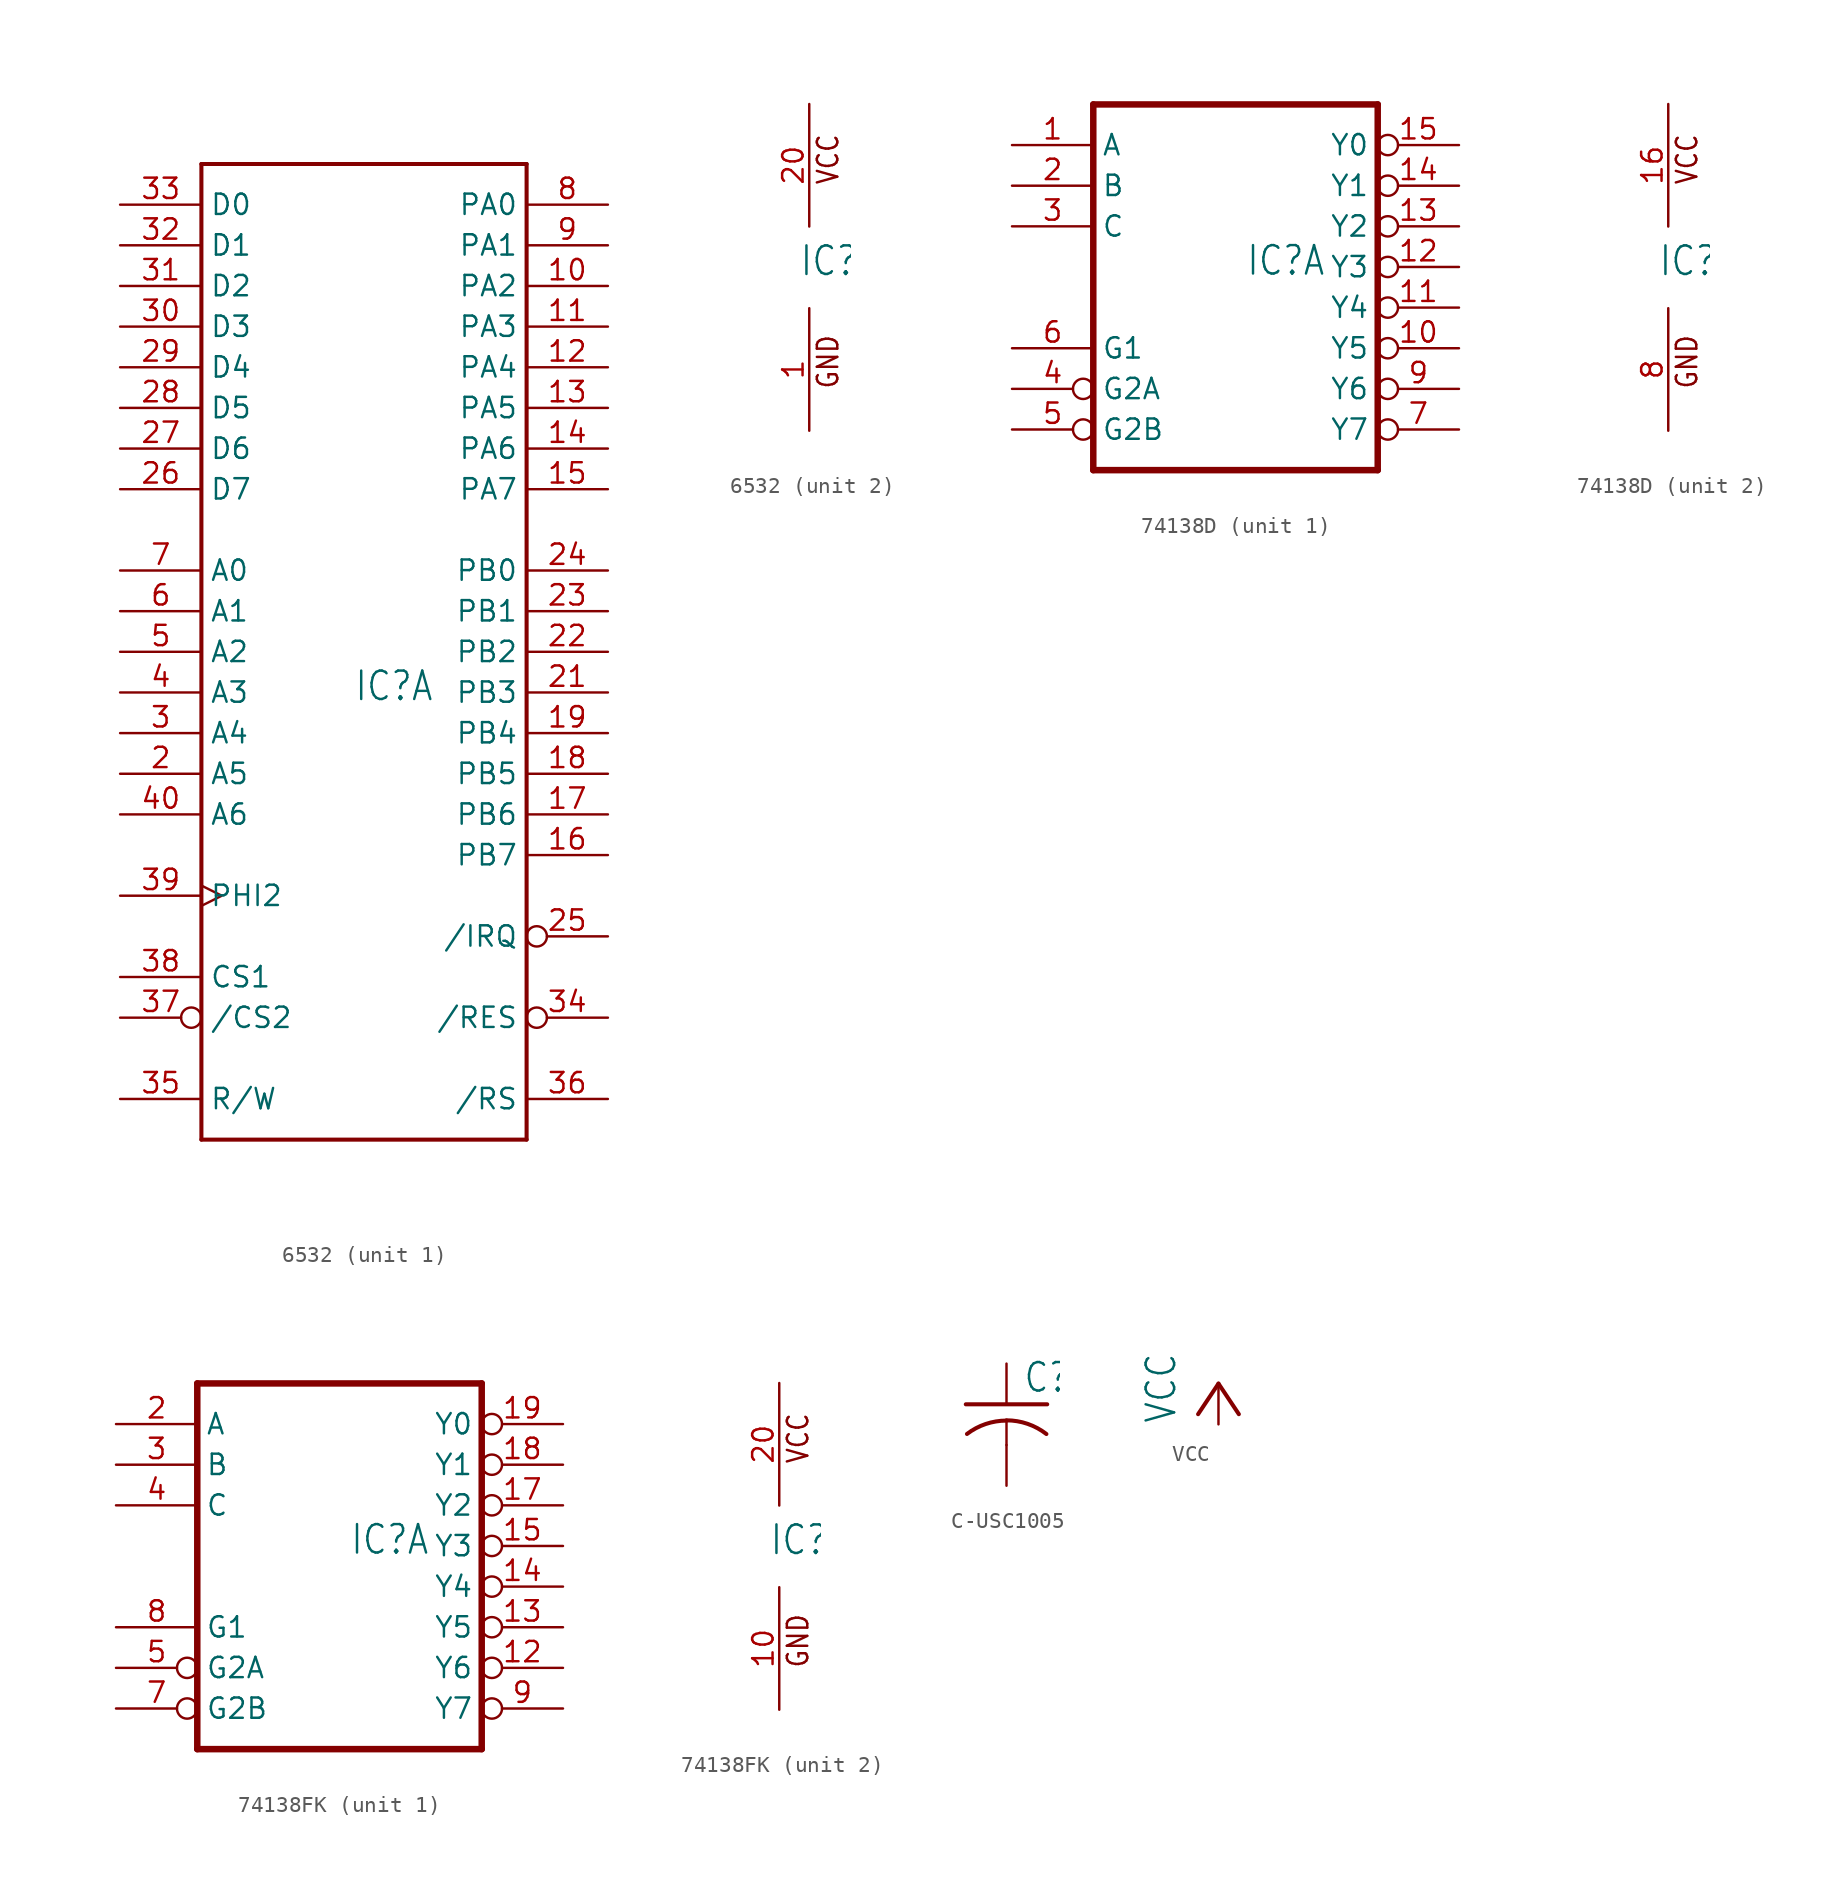
<source format=kicad_sym>
(kicad_symbol_lib
  (version 20220914)
  (generator kicad_symbol_editor)
  (symbol "6532"
    (property "Reference" "IC"
      (at -0.635 -0.635 0)
      (effects (font (size 1.778 1.511)) (justify left bottom)))
    (property "ki_locked" ""
      (at 0 0 0)
      (effects (font (size 1.27 1.27))))
    (symbol "6532_1_0"
      (polyline (pts (xy -10.16 -27.94) (xy -10.16 33.02)) (stroke (width 0.254) (type solid)) (fill (type none)))
      (polyline (pts (xy -10.16 33.02) (xy 10.16 33.02)) (stroke (width 0.254) (type solid)) (fill (type none)))
      (polyline (pts (xy 10.16 -27.94) (xy -10.16 -27.94)) (stroke (width 0.254) (type solid)) (fill (type none)))
      (polyline (pts (xy 10.16 33.02) (xy 10.16 -27.94)) (stroke (width 0.254) (type solid)) (fill (type none)))
      (pin bidirectional line (at 15.24 25.4 180) (length 5.08) (name "PA2" (effects (font (size 1.27 1.27)))) (number "10" (effects (font (size 1.27 1.27)))))
      (pin bidirectional line (at 15.24 22.86 180) (length 5.08) (name "PA3" (effects (font (size 1.27 1.27)))) (number "11" (effects (font (size 1.27 1.27)))))
      (pin bidirectional line (at 15.24 20.32 180) (length 5.08) (name "PA4" (effects (font (size 1.27 1.27)))) (number "12" (effects (font (size 1.27 1.27)))))
      (pin bidirectional line (at 15.24 17.78 180) (length 5.08) (name "PA5" (effects (font (size 1.27 1.27)))) (number "13" (effects (font (size 1.27 1.27)))))
      (pin bidirectional line (at 15.24 15.24 180) (length 5.08) (name "PA6" (effects (font (size 1.27 1.27)))) (number "14" (effects (font (size 1.27 1.27)))))
      (pin bidirectional line (at 15.24 12.7 180) (length 5.08) (name "PA7" (effects (font (size 1.27 1.27)))) (number "15" (effects (font (size 1.27 1.27)))))
      (pin bidirectional line (at 15.24 -10.16 180) (length 5.08) (name "PB7" (effects (font (size 1.27 1.27)))) (number "16" (effects (font (size 1.27 1.27)))))
      (pin bidirectional line (at 15.24 -7.62 180) (length 5.08) (name "PB6" (effects (font (size 1.27 1.27)))) (number "17" (effects (font (size 1.27 1.27)))))
      (pin bidirectional line (at 15.24 -5.08 180) (length 5.08) (name "PB5" (effects (font (size 1.27 1.27)))) (number "18" (effects (font (size 1.27 1.27)))))
      (pin bidirectional line (at 15.24 -2.54 180) (length 5.08) (name "PB4" (effects (font (size 1.27 1.27)))) (number "19" (effects (font (size 1.27 1.27)))))
      (pin input line (at -15.24 -5.08 0) (length 5.08) (name "A5" (effects (font (size 1.27 1.27)))) (number "2" (effects (font (size 1.27 1.27)))))
      (pin bidirectional line (at 15.24 0 180) (length 5.08) (name "PB3" (effects (font (size 1.27 1.27)))) (number "21" (effects (font (size 1.27 1.27)))))
      (pin bidirectional line (at 15.24 2.54 180) (length 5.08) (name "PB2" (effects (font (size 1.27 1.27)))) (number "22" (effects (font (size 1.27 1.27)))))
      (pin bidirectional line (at 15.24 5.08 180) (length 5.08) (name "PB1" (effects (font (size 1.27 1.27)))) (number "23" (effects (font (size 1.27 1.27)))))
      (pin bidirectional line (at 15.24 7.62 180) (length 5.08) (name "PB0" (effects (font (size 1.27 1.27)))) (number "24" (effects (font (size 1.27 1.27)))))
      (pin open_collector inverted (at 15.24 -15.24 180) (length 5.08) (name "/IRQ" (effects (font (size 1.27 1.27)))) (number "25" (effects (font (size 1.27 1.27)))))
      (pin bidirectional line (at -15.24 12.7 0) (length 5.08) (name "D7" (effects (font (size 1.27 1.27)))) (number "26" (effects (font (size 1.27 1.27)))))
      (pin bidirectional line (at -15.24 15.24 0) (length 5.08) (name "D6" (effects (font (size 1.27 1.27)))) (number "27" (effects (font (size 1.27 1.27)))))
      (pin bidirectional line (at -15.24 17.78 0) (length 5.08) (name "D5" (effects (font (size 1.27 1.27)))) (number "28" (effects (font (size 1.27 1.27)))))
      (pin bidirectional line (at -15.24 20.32 0) (length 5.08) (name "D4" (effects (font (size 1.27 1.27)))) (number "29" (effects (font (size 1.27 1.27)))))
      (pin input line (at -15.24 -2.54 0) (length 5.08) (name "A4" (effects (font (size 1.27 1.27)))) (number "3" (effects (font (size 1.27 1.27)))))
      (pin bidirectional line (at -15.24 22.86 0) (length 5.08) (name "D3" (effects (font (size 1.27 1.27)))) (number "30" (effects (font (size 1.27 1.27)))))
      (pin bidirectional line (at -15.24 25.4 0) (length 5.08) (name "D2" (effects (font (size 1.27 1.27)))) (number "31" (effects (font (size 1.27 1.27)))))
      (pin bidirectional line (at -15.24 27.94 0) (length 5.08) (name "D1" (effects (font (size 1.27 1.27)))) (number "32" (effects (font (size 1.27 1.27)))))
      (pin bidirectional line (at -15.24 30.48 0) (length 5.08) (name "D0" (effects (font (size 1.27 1.27)))) (number "33" (effects (font (size 1.27 1.27)))))
      (pin input inverted (at 15.24 -20.32 180) (length 5.08) (name "/RES" (effects (font (size 1.27 1.27)))) (number "34" (effects (font (size 1.27 1.27)))))
      (pin input line (at -15.24 -25.4 0) (length 5.08) (name "R/W" (effects (font (size 1.27 1.27)))) (number "35" (effects (font (size 1.27 1.27)))))
      (pin input line (at 15.24 -25.4 180) (length 5.08) (name "/RS" (effects (font (size 1.27 1.27)))) (number "36" (effects (font (size 1.27 1.27)))))
      (pin input inverted (at -15.24 -20.32 0) (length 5.08) (name "/CS2" (effects (font (size 1.27 1.27)))) (number "37" (effects (font (size 1.27 1.27)))))
      (pin input line (at -15.24 -17.78 0) (length 5.08) (name "CS1" (effects (font (size 1.27 1.27)))) (number "38" (effects (font (size 1.27 1.27)))))
      (pin input clock (at -15.24 -12.7 0) (length 5.08) (name "PHI2" (effects (font (size 1.27 1.27)))) (number "39" (effects (font (size 1.27 1.27)))))
      (pin input line (at -15.24 0 0) (length 5.08) (name "A3" (effects (font (size 1.27 1.27)))) (number "4" (effects (font (size 1.27 1.27)))))
      (pin input line (at -15.24 -7.62 0) (length 5.08) (name "A6" (effects (font (size 1.27 1.27)))) (number "40" (effects (font (size 1.27 1.27)))))
      (pin input line (at -15.24 2.54 0) (length 5.08) (name "A2" (effects (font (size 1.27 1.27)))) (number "5" (effects (font (size 1.27 1.27)))))
      (pin input line (at -15.24 5.08 0) (length 5.08) (name "A1" (effects (font (size 1.27 1.27)))) (number "6" (effects (font (size 1.27 1.27)))))
      (pin input line (at -15.24 7.62 0) (length 5.08) (name "A0" (effects (font (size 1.27 1.27)))) (number "7" (effects (font (size 1.27 1.27)))))
      (pin bidirectional line (at 15.24 30.48 180) (length 5.08) (name "PA0" (effects (font (size 1.27 1.27)))) (number "8" (effects (font (size 1.27 1.27)))))
      (pin bidirectional line (at 15.24 27.94 180) (length 5.08) (name "PA1" (effects (font (size 1.27 1.27)))) (number "9" (effects (font (size 1.27 1.27))))))
    (symbol "6532_2_0"
      (text "GND" (at 1.905 -7.62 900) (effects (font (size 1.27 1.079)) (justify left bottom)))
      (text "VCC" (at 1.905 5.08 900) (effects (font (size 1.27 1.079)) (justify left bottom)))
      (pin power_in line (at 0 -10.16 90) (length 7.62) (name "GND" (effects (font (size 0 0)))) (number "1" (effects (font (size 1.27 1.27)))))
      (pin power_in line (at 0 10.16 270) (length 7.62) (name "VCC" (effects (font (size 0 0)))) (number "20" (effects (font (size 1.27 1.27)))))))
  (symbol "74138D"
    (property "Reference" "IC"
      (at -0.635 -0.635 0)
      (effects (font (size 1.778 1.511)) (justify left bottom)))
    (property "ki_locked" ""
      (at 0 0 0)
      (effects (font (size 1.27 1.27))))
    (symbol "74138D_1_0"
      (polyline (pts (xy -10.16 -12.7) (xy 7.62 -12.7)) (stroke (width 0.406) (type solid)) (fill (type none)))
      (polyline (pts (xy -10.16 10.16) (xy -10.16 -12.7)) (stroke (width 0.406) (type solid)) (fill (type none)))
      (polyline (pts (xy 7.62 -12.7) (xy 7.62 10.16)) (stroke (width 0.406) (type solid)) (fill (type none)))
      (polyline (pts (xy 7.62 10.16) (xy -10.16 10.16)) (stroke (width 0.406) (type solid)) (fill (type none)))
      (pin input line (at -15.24 7.62 0) (length 5.08) (name "A" (effects (font (size 1.27 1.27)))) (number "1" (effects (font (size 1.27 1.27)))))
      (pin output inverted (at 12.7 -5.08 180) (length 5.08) (name "Y5" (effects (font (size 1.27 1.27)))) (number "10" (effects (font (size 1.27 1.27)))))
      (pin output inverted (at 12.7 -2.54 180) (length 5.08) (name "Y4" (effects (font (size 1.27 1.27)))) (number "11" (effects (font (size 1.27 1.27)))))
      (pin output inverted (at 12.7 0 180) (length 5.08) (name "Y3" (effects (font (size 1.27 1.27)))) (number "12" (effects (font (size 1.27 1.27)))))
      (pin output inverted (at 12.7 2.54 180) (length 5.08) (name "Y2" (effects (font (size 1.27 1.27)))) (number "13" (effects (font (size 1.27 1.27)))))
      (pin output inverted (at 12.7 5.08 180) (length 5.08) (name "Y1" (effects (font (size 1.27 1.27)))) (number "14" (effects (font (size 1.27 1.27)))))
      (pin output inverted (at 12.7 7.62 180) (length 5.08) (name "Y0" (effects (font (size 1.27 1.27)))) (number "15" (effects (font (size 1.27 1.27)))))
      (pin input line (at -15.24 5.08 0) (length 5.08) (name "B" (effects (font (size 1.27 1.27)))) (number "2" (effects (font (size 1.27 1.27)))))
      (pin input line (at -15.24 2.54 0) (length 5.08) (name "C" (effects (font (size 1.27 1.27)))) (number "3" (effects (font (size 1.27 1.27)))))
      (pin input inverted (at -15.24 -7.62 0) (length 5.08) (name "G2A" (effects (font (size 1.27 1.27)))) (number "4" (effects (font (size 1.27 1.27)))))
      (pin input inverted (at -15.24 -10.16 0) (length 5.08) (name "G2B" (effects (font (size 1.27 1.27)))) (number "5" (effects (font (size 1.27 1.27)))))
      (pin input line (at -15.24 -5.08 0) (length 5.08) (name "G1" (effects (font (size 1.27 1.27)))) (number "6" (effects (font (size 1.27 1.27)))))
      (pin output inverted (at 12.7 -10.16 180) (length 5.08) (name "Y7" (effects (font (size 1.27 1.27)))) (number "7" (effects (font (size 1.27 1.27)))))
      (pin output inverted (at 12.7 -7.62 180) (length 5.08) (name "Y6" (effects (font (size 1.27 1.27)))) (number "9" (effects (font (size 1.27 1.27))))))
    (symbol "74138D_2_0"
      (text "GND" (at 1.905 -7.62 900) (effects (font (size 1.27 1.079)) (justify left bottom)))
      (text "VCC" (at 1.905 5.08 900) (effects (font (size 1.27 1.079)) (justify left bottom)))
      (pin power_in line (at 0 10.16 270) (length 7.62) (name "VCC" (effects (font (size 0 0)))) (number "16" (effects (font (size 1.27 1.27)))))
      (pin power_in line (at 0 -10.16 90) (length 7.62) (name "GND" (effects (font (size 0 0)))) (number "8" (effects (font (size 1.27 1.27)))))))
  (symbol "74138FK"
    (property "Reference" "IC"
      (at -0.635 -0.635 0)
      (effects (font (size 1.778 1.511)) (justify left bottom)))
    (property "ki_locked" ""
      (at 0 0 0)
      (effects (font (size 1.27 1.27))))
    (symbol "74138FK_1_0"
      (polyline (pts (xy -10.16 -12.7) (xy 7.62 -12.7)) (stroke (width 0.406) (type solid)) (fill (type none)))
      (polyline (pts (xy -10.16 10.16) (xy -10.16 -12.7)) (stroke (width 0.406) (type solid)) (fill (type none)))
      (polyline (pts (xy 7.62 -12.7) (xy 7.62 10.16)) (stroke (width 0.406) (type solid)) (fill (type none)))
      (polyline (pts (xy 7.62 10.16) (xy -10.16 10.16)) (stroke (width 0.406) (type solid)) (fill (type none)))
      (pin output inverted (at 12.7 -7.62 180) (length 5.08) (name "Y6" (effects (font (size 1.27 1.27)))) (number "12" (effects (font (size 1.27 1.27)))))
      (pin output inverted (at 12.7 -5.08 180) (length 5.08) (name "Y5" (effects (font (size 1.27 1.27)))) (number "13" (effects (font (size 1.27 1.27)))))
      (pin output inverted (at 12.7 -2.54 180) (length 5.08) (name "Y4" (effects (font (size 1.27 1.27)))) (number "14" (effects (font (size 1.27 1.27)))))
      (pin output inverted (at 12.7 0 180) (length 5.08) (name "Y3" (effects (font (size 1.27 1.27)))) (number "15" (effects (font (size 1.27 1.27)))))
      (pin output inverted (at 12.7 2.54 180) (length 5.08) (name "Y2" (effects (font (size 1.27 1.27)))) (number "17" (effects (font (size 1.27 1.27)))))
      (pin output inverted (at 12.7 5.08 180) (length 5.08) (name "Y1" (effects (font (size 1.27 1.27)))) (number "18" (effects (font (size 1.27 1.27)))))
      (pin output inverted (at 12.7 7.62 180) (length 5.08) (name "Y0" (effects (font (size 1.27 1.27)))) (number "19" (effects (font (size 1.27 1.27)))))
      (pin input line (at -15.24 7.62 0) (length 5.08) (name "A" (effects (font (size 1.27 1.27)))) (number "2" (effects (font (size 1.27 1.27)))))
      (pin input line (at -15.24 5.08 0) (length 5.08) (name "B" (effects (font (size 1.27 1.27)))) (number "3" (effects (font (size 1.27 1.27)))))
      (pin input line (at -15.24 2.54 0) (length 5.08) (name "C" (effects (font (size 1.27 1.27)))) (number "4" (effects (font (size 1.27 1.27)))))
      (pin input inverted (at -15.24 -7.62 0) (length 5.08) (name "G2A" (effects (font (size 1.27 1.27)))) (number "5" (effects (font (size 1.27 1.27)))))
      (pin input inverted (at -15.24 -10.16 0) (length 5.08) (name "G2B" (effects (font (size 1.27 1.27)))) (number "7" (effects (font (size 1.27 1.27)))))
      (pin input line (at -15.24 -5.08 0) (length 5.08) (name "G1" (effects (font (size 1.27 1.27)))) (number "8" (effects (font (size 1.27 1.27)))))
      (pin output inverted (at 12.7 -10.16 180) (length 5.08) (name "Y7" (effects (font (size 1.27 1.27)))) (number "9" (effects (font (size 1.27 1.27))))))
    (symbol "74138FK_2_0"
      (text "GND" (at 1.905 -7.62 900) (effects (font (size 1.27 1.079)) (justify left bottom)))
      (text "VCC" (at 1.905 5.08 900) (effects (font (size 1.27 1.079)) (justify left bottom)))
      (pin power_in line (at 0 -10.16 90) (length 7.62) (name "GND" (effects (font (size 0 0)))) (number "10" (effects (font (size 1.27 1.27)))))
      (pin power_in line (at 0 10.16 270) (length 7.62) (name "VCC" (effects (font (size 0 0)))) (number "20" (effects (font (size 1.27 1.27)))))))
  (symbol "C-USC1005"
    (property "Reference" "C"
      (at 1.016 0.635 0)
      (effects (font (size 1.778 1.511)) (justify left bottom)))
    (property "Value" ""
      (at 1.016 -4.191 0)
      (effects (font (size 1.778 1.511)) (justify left bottom)))
    (property "ki_locked" ""
      (at 0 0 0)
      (effects (font (size 1.27 1.27))))
    (symbol "C-USC1005_1_0"
      (arc (start 0 -1.0161) (mid -1.302 -1.2303) (end -2.4668 -1.8504) (stroke (width 0.254) (type solid)) (fill (type none)))
      (polyline (pts (xy -2.54 0) (xy 2.54 0)) (stroke (width 0.254) (type solid)) (fill (type none)))
      (polyline (pts (xy 0 -1.016) (xy 0 -2.54)) (stroke (width 0.152) (type solid)) (fill (type none)))
      (arc (start 2.4892 -1.8541) (mid 1.3158 -1.2194) (end 0 -1) (stroke (width 0.254) (type solid)) (fill (type none)))
      (pin passive line (at 0 2.54 270) (length 2.54) (name "1" (effects (font (size 0 0)))) (number "1" (effects (font (size 0 0)))))
      (pin passive line (at 0 -5.08 90) (length 2.54) (name "2" (effects (font (size 0 0)))) (number "2" (effects (font (size 0 0)))))))
  (symbol "VCC"
    (power)
    (property "Reference" "#P+"
      (at 0 0 0)
      (effects (font (size 1.27 1.27)) hide))
    (property "Value" "VCC"
      (at -2.54 -2.54 90)
      (effects (font (size 1.778 1.511)) (justify left bottom)))
    (property "ki_locked" ""
      (at 0 0 0)
      (effects (font (size 1.27 1.27))))
    (symbol "VCC_1_0"
      (polyline (pts (xy 0 0) (xy -1.27 -1.905)) (stroke (width 0.254) (type solid)) (fill (type none)))
      (polyline (pts (xy 1.27 -1.905) (xy 0 0)) (stroke (width 0.254) (type solid)) (fill (type none)))
      (pin power_in line (at 0 -2.54 90) (length 2.54) (name "VCC" (effects (font (size 0 0)))) (number "1" (effects (font (size 0 0))))))))
</source>
